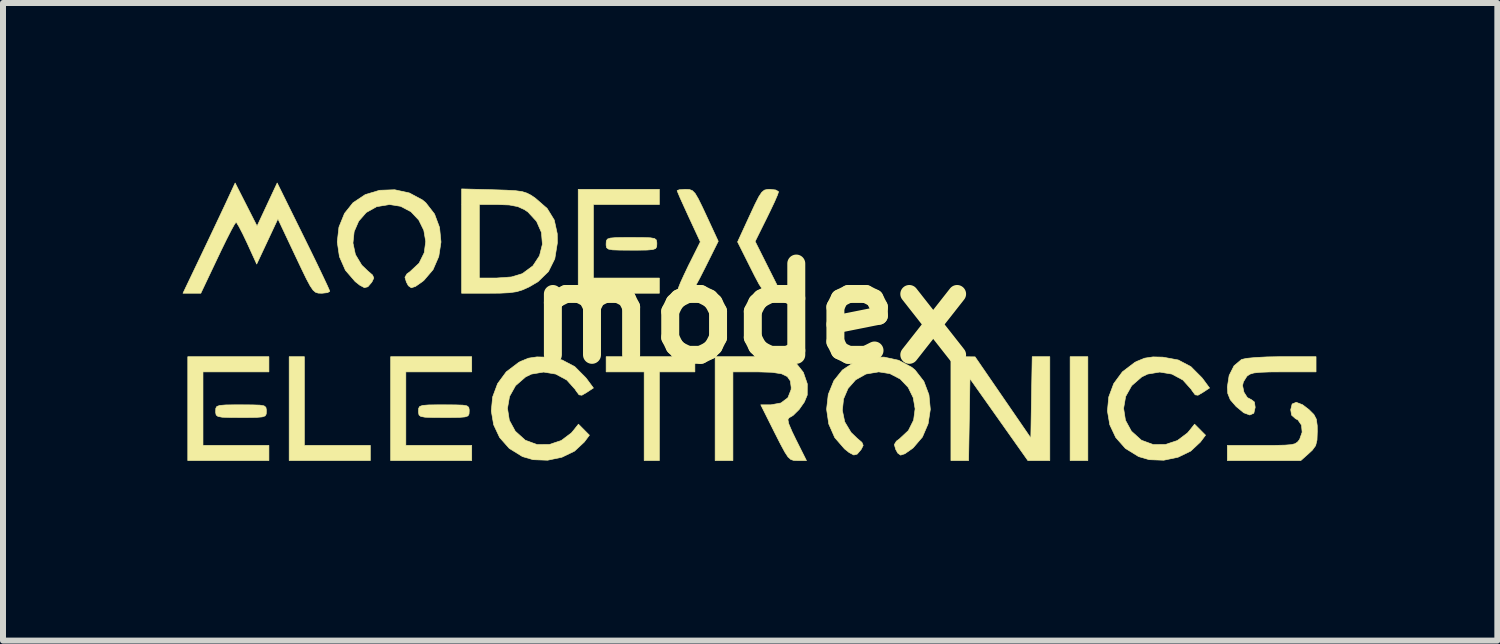
<source format=kicad_pcb>
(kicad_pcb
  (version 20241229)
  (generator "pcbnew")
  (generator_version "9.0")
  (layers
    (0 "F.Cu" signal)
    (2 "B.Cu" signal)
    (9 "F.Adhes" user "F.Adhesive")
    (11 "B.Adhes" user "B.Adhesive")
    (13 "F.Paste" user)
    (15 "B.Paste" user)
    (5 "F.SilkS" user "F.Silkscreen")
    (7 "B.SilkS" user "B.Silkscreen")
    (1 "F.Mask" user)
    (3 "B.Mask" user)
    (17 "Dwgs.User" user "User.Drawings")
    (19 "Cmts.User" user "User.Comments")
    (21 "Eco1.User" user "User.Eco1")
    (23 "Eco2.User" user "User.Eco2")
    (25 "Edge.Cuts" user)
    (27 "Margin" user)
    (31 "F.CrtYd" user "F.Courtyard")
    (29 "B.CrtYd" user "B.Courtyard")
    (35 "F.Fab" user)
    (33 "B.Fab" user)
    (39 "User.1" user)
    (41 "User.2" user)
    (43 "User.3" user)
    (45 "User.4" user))
  (footprint "modex"
    (layer "F.Cu")
    (at 9.483 2.185)
    (property "Reference" "modex" (at 0 0 0) (layer "F.SilkS") (effects (font (size 1.524 1.524) (thickness 0.3))))
    (attr through_hole)
    (fp_poly (pts (xy 5.63 2.455) (xy 5.334 2.455) (xy 5.334 0.72) (xy 5.63 0.72) (xy 5.63 2.455)) (stroke (width 0.01) (type solid)) (fill yes) (layer "F.SilkS"))
    (fp_poly (pts (xy -7.451 2.201) (xy -6.35 2.201) (xy -6.35 2.455) (xy -7.705 2.455) (xy -7.705 0.72) (xy -7.451 0.72) (xy -7.451 2.201)) (stroke (width 0.01) (type solid)) (fill yes) (layer "F.SilkS"))
    (fp_poly (pts (xy -8.043 0.974) (xy -9.144 0.974) (xy -9.144 2.201) (xy -8.043 2.201) (xy -8.043 2.455) (xy -9.398 2.455) (xy -9.398 0.72) (xy -8.043 0.72) (xy -8.043 0.974)) (stroke (width 0.01) (type solid)) (fill yes) (layer "F.SilkS"))
    (fp_poly (pts (xy -4.657 0.974) (xy -5.757 0.974) (xy -5.757 2.201) (xy -4.657 2.201) (xy -4.657 2.455) (xy -6.011 2.455) (xy -6.011 0.72) (xy -4.657 0.72) (xy -4.657 0.974)) (stroke (width 0.01) (type solid)) (fill yes) (layer "F.SilkS"))
    (fp_poly (pts (xy -1.524 -1.82) (xy -2.625 -1.82) (xy -2.625 -0.593) (xy -1.524 -0.593) (xy -1.524 -0.339) (xy -2.879 -0.339) (xy -2.879 -2.074) (xy -1.524 -2.074) (xy -1.524 -1.82)) (stroke (width 0.01) (type solid)) (fill yes) (layer "F.SilkS"))
    (fp_poly (pts (xy -0.931 0.974) (xy -1.524 0.974) (xy -1.524 2.455) (xy -1.778 2.455) (xy -1.778 0.974) (xy -2.413 0.974) (xy -2.413 0.72) (xy -0.931 0.72) (xy -0.931 0.974)) (stroke (width 0.01) (type solid)) (fill yes) (layer "F.SilkS"))
    (fp_poly (pts (xy 4.995 2.455) (xy 4.629 2.455) (xy 3.662 1.088) (xy 3.639 2.455) (xy 3.344 2.455) (xy 3.344 0.72) (xy 3.545 0.721) (xy 3.747 0.723) (xy 4.212 1.4) (xy 4.678 2.078) (xy 4.689 1.399) (xy 4.701 0.72) (xy 4.995 0.72) (xy 4.995 2.455)) (stroke (width 0.01) (type solid)) (fill yes) (layer "F.SilkS"))
    (fp_poly (pts (xy -8.317 1.525) (xy -8.194 1.529) (xy -8.125 1.541) (xy -8.094 1.565) (xy -8.086 1.605) (xy -8.086 1.63) (xy -8.088 1.678) (xy -8.106 1.709) (xy -8.155 1.726) (xy -8.251 1.734) (xy -8.408 1.736) (xy -8.509 1.736) (xy -8.701 1.735) (xy -8.824 1.731) (xy -8.893 1.718) (xy -8.924 1.694) (xy -8.932 1.655) (xy -8.932 1.63) (xy -8.93 1.582) (xy -8.912 1.551) (xy -8.863 1.534) (xy -8.767 1.526) (xy -8.61 1.524) (xy -8.509 1.524) (xy -8.317 1.525)) (stroke (width 0.01) (type solid)) (fill yes) (layer "F.SilkS"))
    (fp_poly (pts (xy -4.93 1.525) (xy -4.807 1.529) (xy -4.738 1.541) (xy -4.707 1.565) (xy -4.699 1.605) (xy -4.699 1.63) (xy -4.702 1.678) (xy -4.72 1.709) (xy -4.769 1.726) (xy -4.864 1.734) (xy -5.021 1.736) (xy -5.122 1.736) (xy -5.314 1.735) (xy -5.437 1.731) (xy -5.507 1.718) (xy -5.537 1.694) (xy -5.545 1.655) (xy -5.546 1.63) (xy -5.543 1.582) (xy -5.525 1.551) (xy -5.476 1.534) (xy -5.381 1.526) (xy -5.224 1.524) (xy -5.122 1.524) (xy -4.93 1.525)) (stroke (width 0.01) (type solid)) (fill yes) (layer "F.SilkS"))
    (fp_poly (pts (xy -1.798 -1.269) (xy -1.675 -1.265) (xy -1.605 -1.253) (xy -1.575 -1.229) (xy -1.567 -1.189) (xy -1.566 -1.164) (xy -1.569 -1.116) (xy -1.587 -1.085) (xy -1.636 -1.068) (xy -1.731 -1.06) (xy -1.888 -1.058) (xy -1.99 -1.058) (xy -2.182 -1.059) (xy -2.305 -1.063) (xy -2.374 -1.076) (xy -2.405 -1.1) (xy -2.413 -1.139) (xy -2.413 -1.164) (xy -2.41 -1.212) (xy -2.392 -1.243) (xy -2.343 -1.26) (xy -2.248 -1.268) (xy -2.091 -1.27) (xy -1.99 -1.27) (xy -1.798 -1.269)) (stroke (width 0.01) (type solid)) (fill yes) (layer "F.SilkS"))
    (fp_poly (pts (xy 0.42 -2.063) (xy 0.465 -2.036) (xy 0.466 -2.033) (xy 0.448 -1.979) (xy 0.4 -1.868) (xy 0.329 -1.718) (xy 0.27 -1.597) (xy 0.075 -1.204) (xy 0.292 -0.771) (xy 0.509 -0.339) (xy 0.361 -0.339) (xy 0.295 -0.342) (xy 0.244 -0.359) (xy 0.197 -0.404) (xy 0.141 -0.489) (xy 0.067 -0.628) (xy -0.003 -0.767) (xy -0.218 -1.196) (xy -0.016 -1.635) (xy 0.072 -1.824) (xy 0.136 -1.95) (xy 0.185 -2.024) (xy 0.23 -2.061) (xy 0.282 -2.073) (xy 0.326 -2.074) (xy 0.42 -2.063)) (stroke (width 0.01) (type solid)) (fill yes) (layer "F.SilkS"))
    (fp_poly (pts (xy 9.214 1.522) (xy 9.323 1.605) (xy 9.404 1.686) (xy 9.445 1.764) (xy 9.46 1.873) (xy 9.461 1.968) (xy 9.456 2.113) (xy 9.433 2.205) (xy 9.378 2.281) (xy 9.323 2.332) (xy 9.185 2.455) (xy 7.959 2.455) (xy 7.959 2.201) (xy 8.529 2.201) (xy 8.759 2.201) (xy 8.919 2.197) (xy 9.025 2.189) (xy 9.09 2.173) (xy 9.13 2.146) (xy 9.161 2.108) (xy 9.166 2.1) (xy 9.208 1.981) (xy 9.197 1.863) (xy 9.137 1.776) (xy 9.097 1.755) (xy 9.032 1.697) (xy 9.017 1.606) (xy 9.041 1.51) (xy 9.109 1.482) (xy 9.214 1.522)) (stroke (width 0.01) (type solid)) (fill yes) (layer "F.SilkS"))
    (fp_poly (pts (xy -1.023 -2.071) (xy -0.974 -2.053) (xy -0.928 -2.007) (xy -0.875 -1.918) (xy -0.805 -1.776) (xy -0.742 -1.641) (xy -0.541 -1.207) (xy -0.757 -0.773) (xy -0.852 -0.586) (xy -0.92 -0.461) (xy -0.973 -0.388) (xy -1.02 -0.351) (xy -1.072 -0.34) (xy -1.103 -0.339) (xy -1.192 -0.346) (xy -1.216 -0.381) (xy -1.204 -0.434) (xy -1.172 -0.515) (xy -1.112 -0.646) (xy -1.036 -0.806) (xy -1.007 -0.863) (xy -0.84 -1.197) (xy -1.034 -1.615) (xy -1.112 -1.786) (xy -1.176 -1.927) (xy -1.216 -2.022) (xy -1.228 -2.053) (xy -1.191 -2.067) (xy -1.1 -2.074) (xy -1.086 -2.074) (xy -1.023 -2.071)) (stroke (width 0.01) (type solid)) (fill yes) (layer "F.SilkS"))
    (fp_poly (pts (xy 9.44 0.974) (xy 8.897 0.974) (xy 8.668 0.975) (xy 8.508 0.981) (xy 8.402 0.992) (xy 8.336 1.012) (xy 8.293 1.041) (xy 8.283 1.051) (xy 8.227 1.141) (xy 8.213 1.202) (xy 8.236 1.313) (xy 8.293 1.403) (xy 8.362 1.439) (xy 8.411 1.477) (xy 8.424 1.566) (xy 8.401 1.664) (xy 8.334 1.694) (xy 8.233 1.657) (xy 8.106 1.552) (xy 8.103 1.549) (xy 8.008 1.439) (xy 7.966 1.334) (xy 7.959 1.228) (xy 7.989 1.034) (xy 8.07 0.873) (xy 8.192 0.77) (xy 8.2 0.766) (xy 8.281 0.748) (xy 8.428 0.734) (xy 8.622 0.724) (xy 8.846 0.72) (xy 8.871 0.72) (xy 9.44 0.72) (xy 9.44 0.974)) (stroke (width 0.01) (type solid)) (fill yes) (layer "F.SilkS"))
    (fp_poly (pts (xy -4.3 -2.067) (xy -4.079 -2.06) (xy -3.924 -2.051) (xy -3.815 -2.036) (xy -3.733 -2.01) (xy -3.66 -1.971) (xy -3.592 -1.924) (xy -3.397 -1.754) (xy -3.279 -1.562) (xy -3.229 -1.333) (xy -3.227 -1.18) (xy -3.27 -0.914) (xy -3.376 -0.701) (xy -3.549 -0.533) (xy -3.696 -0.446) (xy -3.804 -0.397) (xy -3.906 -0.365) (xy -4.027 -0.348) (xy -4.189 -0.34) (xy -4.369 -0.339) (xy -4.826 -0.339) (xy -4.826 -0.593) (xy -4.53 -0.593) (xy -4.244 -0.593) (xy -3.994 -0.611) (xy -3.812 -0.666) (xy -3.811 -0.667) (xy -3.636 -0.796) (xy -3.525 -0.965) (xy -3.477 -1.157) (xy -3.493 -1.354) (xy -3.574 -1.539) (xy -3.719 -1.696) (xy -3.778 -1.736) (xy -3.889 -1.786) (xy -4.032 -1.813) (xy -4.223 -1.82) (xy -4.53 -1.82) (xy -4.53 -0.593) (xy -4.826 -0.593) (xy -4.826 -2.081) (xy -4.3 -2.067)) (stroke (width 0.01) (type solid)) (fill yes) (layer "F.SilkS"))
    (fp_poly (pts (xy -7.466 -1.291) (xy -7.342 -1.039) (xy -7.231 -0.811) (xy -7.14 -0.62) (xy -7.072 -0.476) (xy -7.034 -0.39) (xy -7.027 -0.371) (xy -7.064 -0.349) (xy -7.155 -0.339) (xy -7.167 -0.339) (xy -7.22 -0.341) (xy -7.264 -0.355) (xy -7.306 -0.391) (xy -7.354 -0.461) (xy -7.416 -0.576) (xy -7.499 -0.747) (xy -7.6 -0.96) (xy -7.893 -1.581) (xy -8.07 -1.203) (xy -8.247 -0.826) (xy -8.406 -1.175) (xy -8.479 -1.328) (xy -8.541 -1.448) (xy -8.582 -1.515) (xy -8.592 -1.524) (xy -8.619 -1.488) (xy -8.674 -1.388) (xy -8.751 -1.237) (xy -8.843 -1.049) (xy -8.899 -0.931) (xy -9.18 -0.339) (xy -9.478 -0.339) (xy -9.18 -0.963) (xy -9.066 -1.202) (xy -8.953 -1.44) (xy -8.851 -1.656) (xy -8.77 -1.828) (xy -8.744 -1.884) (xy -8.607 -2.18) (xy -8.424 -1.82) (xy -8.241 -1.46) (xy -8.073 -1.82) (xy -7.905 -2.18) (xy -7.466 -1.291)) (stroke (width 0.01) (type solid)) (fill yes) (layer "F.SilkS"))
    (fp_poly (pts (xy 0.258 0.72) (xy 0.428 0.724) (xy 0.546 0.732) (xy 0.626 0.748) (xy 0.684 0.773) (xy 0.736 0.811) (xy 0.758 0.828) (xy 0.88 0.982) (xy 0.946 1.174) (xy 0.945 1.361) (xy 0.897 1.477) (xy 0.81 1.601) (xy 0.709 1.701) (xy 0.641 1.741) (xy 0.622 1.771) (xy 0.637 1.843) (xy 0.691 1.97) (xy 0.758 2.108) (xy 0.932 2.455) (xy 0.784 2.455) (xy 0.721 2.453) (xy 0.671 2.437) (xy 0.624 2.395) (xy 0.571 2.314) (xy 0.5 2.183) (xy 0.402 1.99) (xy 0.169 1.524) (xy 0.338 1.524) (xy 0.506 1.493) (xy 0.622 1.405) (xy 0.675 1.271) (xy 0.677 1.234) (xy 0.663 1.126) (xy 0.612 1.052) (xy 0.512 1.005) (xy 0.353 0.981) (xy 0.122 0.974) (xy 0.113 0.974) (xy -0.296 0.974) (xy -0.296 2.455) (xy -0.593 2.455) (xy -0.593 0.72) (xy 0.018 0.72) (xy 0.258 0.72)) (stroke (width 0.01) (type solid)) (fill yes) (layer "F.SilkS"))
    (fp_poly (pts (xy -3.404 0.728) (xy -3.148 0.775) (xy -2.937 0.886) (xy -2.753 1.071) (xy -2.729 1.102) (xy -2.625 1.243) (xy -2.739 1.318) (xy -2.818 1.364) (xy -2.865 1.357) (xy -2.916 1.289) (xy -2.929 1.267) (xy -3.07 1.11) (xy -3.253 1.011) (xy -3.457 0.977) (xy -3.66 1.011) (xy -3.757 1.058) (xy -3.925 1.204) (xy -4.026 1.385) (xy -4.06 1.583) (xy -4.029 1.782) (xy -3.93 1.964) (xy -3.766 2.112) (xy -3.757 2.117) (xy -3.567 2.187) (xy -3.361 2.186) (xy -3.162 2.12) (xy -2.993 1.993) (xy -2.961 1.955) (xy -2.875 1.847) (xy -2.692 2.031) (xy -2.778 2.146) (xy -2.94 2.297) (xy -3.151 2.399) (xy -3.39 2.449) (xy -3.632 2.44) (xy -3.81 2.388) (xy -4.03 2.252) (xy -4.191 2.07) (xy -4.291 1.857) (xy -4.33 1.626) (xy -4.308 1.393) (xy -4.225 1.17) (xy -4.08 0.973) (xy -3.873 0.816) (xy -3.841 0.799) (xy -3.709 0.745) (xy -3.569 0.724) (xy -3.404 0.728)) (stroke (width 0.01) (type solid)) (fill yes) (layer "F.SilkS"))
    (fp_poly (pts (xy 6.883 0.728) (xy 7.139 0.775) (xy 7.35 0.886) (xy 7.534 1.071) (xy 7.558 1.102) (xy 7.662 1.243) (xy 7.548 1.318) (xy 7.469 1.364) (xy 7.422 1.357) (xy 7.371 1.289) (xy 7.358 1.267) (xy 7.217 1.11) (xy 7.034 1.011) (xy 6.83 0.977) (xy 6.627 1.011) (xy 6.53 1.058) (xy 6.362 1.204) (xy 6.261 1.385) (xy 6.227 1.583) (xy 6.258 1.782) (xy 6.357 1.964) (xy 6.521 2.112) (xy 6.53 2.117) (xy 6.72 2.187) (xy 6.926 2.186) (xy 7.125 2.12) (xy 7.294 1.993) (xy 7.326 1.955) (xy 7.412 1.847) (xy 7.595 2.031) (xy 7.509 2.146) (xy 7.347 2.297) (xy 7.136 2.399) (xy 6.897 2.449) (xy 6.655 2.44) (xy 6.477 2.388) (xy 6.257 2.252) (xy 6.096 2.07) (xy 5.996 1.857) (xy 5.957 1.626) (xy 5.979 1.393) (xy 6.062 1.17) (xy 6.207 0.973) (xy 6.413 0.816) (xy 6.446 0.799) (xy 6.578 0.745) (xy 6.718 0.724) (xy 6.883 0.728)) (stroke (width 0.01) (type solid)) (fill yes) (layer "F.SilkS"))
    (fp_poly (pts (xy -5.697 -2.013) (xy -5.479 -1.896) (xy -5.424 -1.85) (xy -5.278 -1.662) (xy -5.194 -1.437) (xy -5.17 -1.194) (xy -5.207 -0.953) (xy -5.303 -0.732) (xy -5.457 -0.552) (xy -5.481 -0.533) (xy -5.595 -0.453) (xy -5.666 -0.43) (xy -5.715 -0.464) (xy -5.748 -0.526) (xy -5.772 -0.606) (xy -5.738 -0.663) (xy -5.689 -0.698) (xy -5.536 -0.841) (xy -5.45 -1.015) (xy -5.425 -1.203) (xy -5.457 -1.39) (xy -5.541 -1.561) (xy -5.672 -1.7) (xy -5.846 -1.791) (xy -6.032 -1.82) (xy -6.245 -1.784) (xy -6.418 -1.687) (xy -6.544 -1.543) (xy -6.62 -1.368) (xy -6.64 -1.177) (xy -6.599 -0.985) (xy -6.493 -0.808) (xy -6.393 -0.712) (xy -6.313 -0.643) (xy -6.292 -0.593) (xy -6.32 -0.533) (xy -6.331 -0.517) (xy -6.391 -0.447) (xy -6.449 -0.432) (xy -6.527 -0.474) (xy -6.603 -0.534) (xy -6.766 -0.723) (xy -6.866 -0.95) (xy -6.902 -1.196) (xy -6.874 -1.443) (xy -6.781 -1.672) (xy -6.639 -1.85) (xy -6.435 -1.986) (xy -6.196 -2.058) (xy -5.943 -2.067) (xy -5.697 -2.013)) (stroke (width 0.01) (type solid)) (fill yes) (layer "F.SilkS"))
    (fp_poly (pts (xy 2.473 0.781) (xy 2.691 0.898) (xy 2.746 0.944) (xy 2.892 1.132) (xy 2.977 1.357) (xy 3 1.6) (xy 2.963 1.841) (xy 2.868 2.062) (xy 2.714 2.242) (xy 2.689 2.261) (xy 2.575 2.341) (xy 2.504 2.364) (xy 2.456 2.33) (xy 2.422 2.268) (xy 2.399 2.188) (xy 2.433 2.131) (xy 2.481 2.096) (xy 2.634 1.953) (xy 2.721 1.779) (xy 2.746 1.591) (xy 2.714 1.404) (xy 2.63 1.233) (xy 2.498 1.094) (xy 2.324 1.003) (xy 2.138 0.974) (xy 1.925 1.01) (xy 1.753 1.107) (xy 1.626 1.251) (xy 1.551 1.426) (xy 1.531 1.617) (xy 1.571 1.809) (xy 1.677 1.986) (xy 1.777 2.082) (xy 1.858 2.151) (xy 1.879 2.201) (xy 1.85 2.261) (xy 1.839 2.277) (xy 1.779 2.347) (xy 1.722 2.362) (xy 1.643 2.32) (xy 1.568 2.26) (xy 1.404 2.071) (xy 1.304 1.844) (xy 1.268 1.598) (xy 1.296 1.351) (xy 1.389 1.122) (xy 1.531 0.944) (xy 1.735 0.808) (xy 1.974 0.736) (xy 2.227 0.727) (xy 2.473 0.781)) (stroke (width 0.01) (type solid)) (fill yes) (layer "F.SilkS")))
  (gr_rect
    (start -3 -3)
    (end 21.95 7.646)
    (stroke (width 0.1) (type default))
    (fill no)
    (layer "Edge.Cuts")))
</source>
